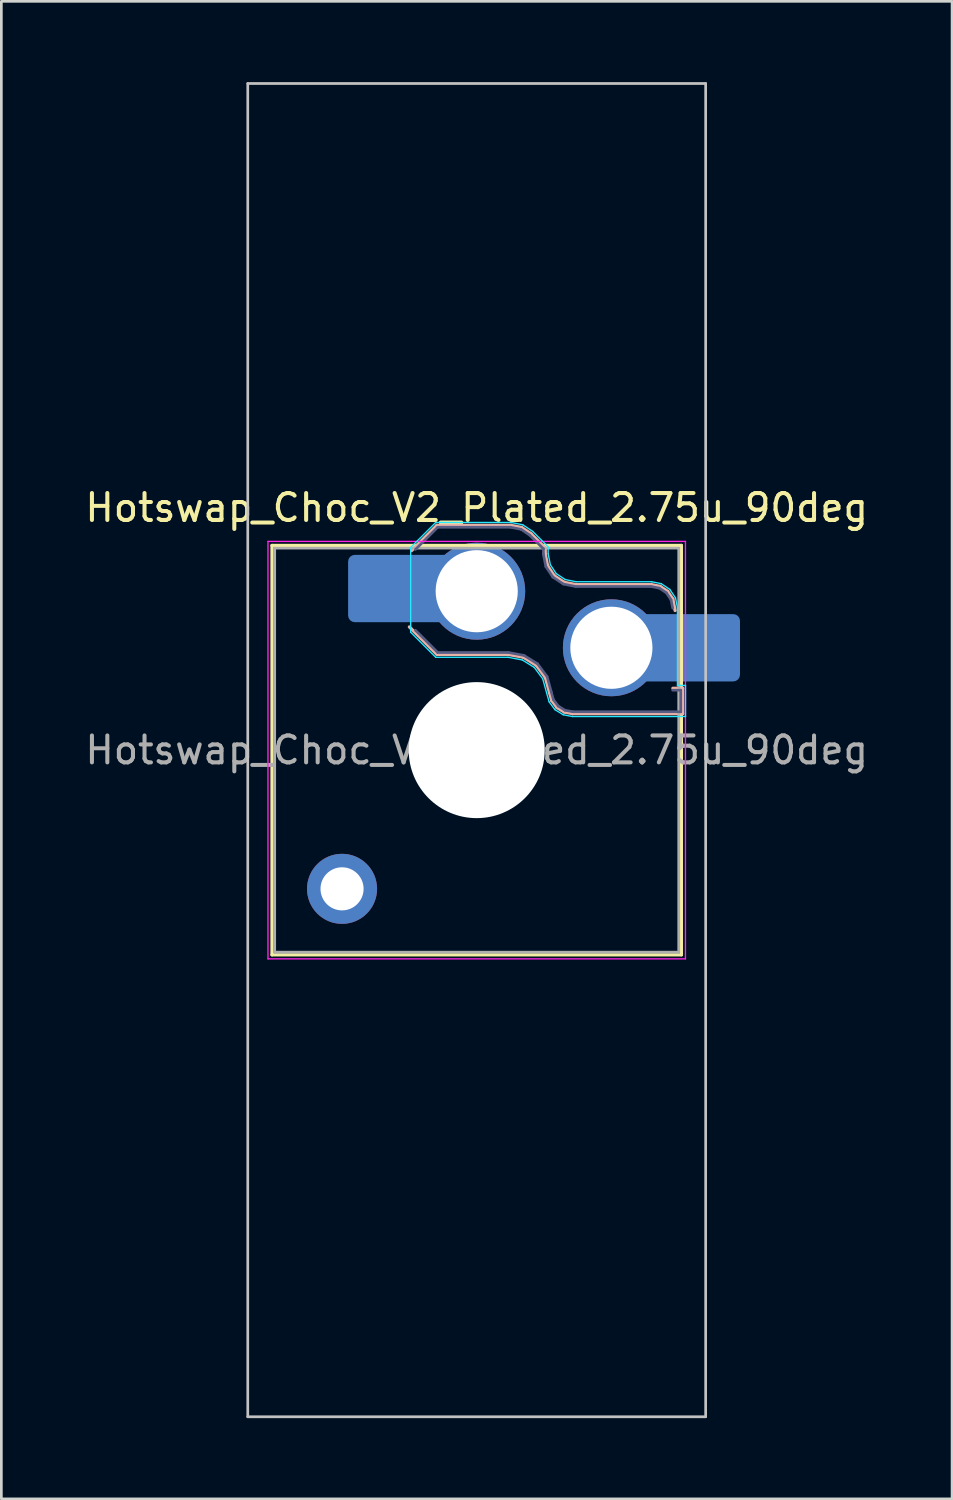
<source format=kicad_pcb>
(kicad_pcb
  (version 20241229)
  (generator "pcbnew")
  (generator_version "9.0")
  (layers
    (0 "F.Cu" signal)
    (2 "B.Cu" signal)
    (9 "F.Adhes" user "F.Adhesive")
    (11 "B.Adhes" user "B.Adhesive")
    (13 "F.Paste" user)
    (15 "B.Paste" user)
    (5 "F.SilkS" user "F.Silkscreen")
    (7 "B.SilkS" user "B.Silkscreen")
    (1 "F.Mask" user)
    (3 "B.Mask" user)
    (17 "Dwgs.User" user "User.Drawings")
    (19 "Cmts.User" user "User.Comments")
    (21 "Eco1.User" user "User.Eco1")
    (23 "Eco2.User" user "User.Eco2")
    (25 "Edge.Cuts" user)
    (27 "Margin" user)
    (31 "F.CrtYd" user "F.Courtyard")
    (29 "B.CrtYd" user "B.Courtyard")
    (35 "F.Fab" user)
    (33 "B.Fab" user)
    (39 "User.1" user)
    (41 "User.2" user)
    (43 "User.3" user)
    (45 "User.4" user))
  (footprint "Hotswap_Choc_V2_Plated_2.75u_90deg"
    (layer "F.Cu")
    (at 14.649 24.8)
    (property "Reference" "Hotswap_Choc_V2_Plated_2.75u_90deg" (at 0 -9 0) (layer "F.SilkS") (effects (font (size 1 1) (thickness 0.15))))
    (attr smd allow_soldermask_bridges)
    (fp_line (start -7.6 -7.6) (end -7.6 7.6) (stroke (width 0.12) (type solid)) (layer "F.SilkS"))
    (fp_line (start -7.6 7.6) (end 7.6 7.6) (stroke (width 0.12) (type solid)) (layer "F.SilkS"))
    (fp_line (start 7.6 -7.6) (end -7.6 -7.6) (stroke (width 0.12) (type solid)) (layer "F.SilkS"))
    (fp_line (start 7.6 7.6) (end 7.6 -7.6) (stroke (width 0.12) (type solid)) (layer "F.SilkS"))
    (fp_line (start -2.416 -7.409) (end -1.479 -8.346) (stroke (width 0.12) (type solid)) (layer "B.SilkS"))
    (fp_line (start -1.479 -8.346) (end 1.268 -8.346) (stroke (width 0.12) (type solid)) (layer "B.SilkS"))
    (fp_line (start -1.479 -3.554) (end -2.5 -4.575) (stroke (width 0.12) (type solid)) (layer "B.SilkS"))
    (fp_line (start 1.168 -3.554) (end -1.479 -3.554) (stroke (width 0.12) (type solid)) (layer "B.SilkS"))
    (fp_line (start 1.268 -8.346) (end 1.671 -8.266) (stroke (width 0.12) (type solid)) (layer "B.SilkS"))
    (fp_line (start 1.671 -8.266) (end 2.013 -8.037) (stroke (width 0.12) (type solid)) (layer "B.SilkS"))
    (fp_line (start 1.73 -3.449) (end 1.168 -3.554) (stroke (width 0.12) (type solid)) (layer "B.SilkS"))
    (fp_line (start 2.013 -8.037) (end 2.546 -7.504) (stroke (width 0.12) (type solid)) (layer "B.SilkS"))
    (fp_line (start 2.209 -3.15) (end 1.73 -3.449) (stroke (width 0.12) (type solid)) (layer "B.SilkS"))
    (fp_line (start 2.546 -7.504) (end 2.546 -7.282) (stroke (width 0.12) (type solid)) (layer "B.SilkS"))
    (fp_line (start 2.546 -7.282) (end 2.633 -6.844) (stroke (width 0.12) (type solid)) (layer "B.SilkS"))
    (fp_line (start 2.547 -2.697) (end 2.209 -3.15) (stroke (width 0.12) (type solid)) (layer "B.SilkS"))
    (fp_line (start 2.633 -6.844) (end 2.877 -6.477) (stroke (width 0.12) (type solid)) (layer "B.SilkS"))
    (fp_line (start 2.701 -2.139) (end 2.547 -2.697) (stroke (width 0.12) (type solid)) (layer "B.SilkS"))
    (fp_line (start 2.783 -1.841) (end 2.701 -2.139) (stroke (width 0.12) (type solid)) (layer "B.SilkS"))
    (fp_line (start 2.877 -6.477) (end 3.244 -6.233) (stroke (width 0.12) (type solid)) (layer "B.SilkS"))
    (fp_line (start 2.976 -1.583) (end 2.783 -1.841) (stroke (width 0.12) (type solid)) (layer "B.SilkS"))
    (fp_line (start 3.244 -6.233) (end 3.682 -6.146) (stroke (width 0.12) (type solid)) (layer "B.SilkS"))
    (fp_line (start 3.25 -1.413) (end 2.976 -1.583) (stroke (width 0.12) (type solid)) (layer "B.SilkS"))
    (fp_line (start 3.56 -1.354) (end 3.25 -1.413) (stroke (width 0.12) (type solid)) (layer "B.SilkS"))
    (fp_line (start 3.682 -6.146) (end 6.482 -6.146) (stroke (width 0.12) (type solid)) (layer "B.SilkS"))
    (fp_line (start 6.482 -6.146) (end 6.809 -6.081) (stroke (width 0.12) (type solid)) (layer "B.SilkS"))
    (fp_line (start 6.809 -6.081) (end 7.092 -5.892) (stroke (width 0.12) (type solid)) (layer "B.SilkS"))
    (fp_line (start 7.092 -5.892) (end 7.281 -5.609) (stroke (width 0.12) (type solid)) (layer "B.SilkS"))
    (fp_line (start 7.281 -5.609) (end 7.366 -5.182) (stroke (width 0.12) (type solid)) (layer "B.SilkS"))
    (fp_line (start 7.283 -2.296) (end 7.646 -2.296) (stroke (width 0.12) (type solid)) (layer "B.SilkS"))
    (fp_line (start 7.646 -2.296) (end 7.646 -1.354) (stroke (width 0.12) (type solid)) (layer "B.SilkS"))
    (fp_line (start 7.646 -1.354) (end 3.56 -1.354) (stroke (width 0.12) (type solid)) (layer "B.SilkS"))
    (fp_line (start -8.5 -24.75) (end 8.5 -24.75) (stroke (width 0.1) (type solid)) (layer "Dwgs.User"))
    (fp_line (start -8.5 24.75) (end -8.5 -24.75) (stroke (width 0.1) (type solid)) (layer "Dwgs.User"))
    (fp_line (start 8.5 -24.75) (end 8.5 24.75) (stroke (width 0.1) (type solid)) (layer "Dwgs.User"))
    (fp_line (start 8.5 24.75) (end -8.5 24.75) (stroke (width 0.1) (type solid)) (layer "Dwgs.User"))
    (fp_line (start -7.25 -7.25) (end -7.25 7.25) (stroke (width 0.1) (type solid)) (layer "Eco1.User"))
    (fp_line (start -7.25 7.25) (end 7.25 7.25) (stroke (width 0.1) (type solid)) (layer "Eco1.User"))
    (fp_line (start 7.25 -7.25) (end -7.25 -7.25) (stroke (width 0.1) (type solid)) (layer "Eco1.User"))
    (fp_line (start 7.25 7.25) (end 7.25 -7.25) (stroke (width 0.1) (type solid)) (layer "Eco1.User"))
    (fp_line (start -2.452 -7.523) (end -1.523 -8.452) (stroke (width 0.05) (type solid)) (layer "B.CrtYd"))
    (fp_line (start -2.452 -4.377) (end -2.452 -7.523) (stroke (width 0.05) (type solid)) (layer "B.CrtYd"))
    (fp_line (start -1.523 -8.452) (end 1.278 -8.452) (stroke (width 0.05) (type solid)) (layer "B.CrtYd"))
    (fp_line (start -1.523 -3.448) (end -2.452 -4.377) (stroke (width 0.05) (type solid)) (layer "B.CrtYd"))
    (fp_line (start 1.159 -3.448) (end -1.523 -3.448) (stroke (width 0.05) (type solid)) (layer "B.CrtYd"))
    (fp_line (start 1.278 -8.452) (end 1.712 -8.366) (stroke (width 0.05) (type solid)) (layer "B.CrtYd"))
    (fp_line (start 1.691 -3.348) (end 1.159 -3.448) (stroke (width 0.05) (type solid)) (layer "B.CrtYd"))
    (fp_line (start 1.712 -8.366) (end 2.081 -8.119) (stroke (width 0.05) (type solid)) (layer "B.CrtYd"))
    (fp_line (start 2.081 -8.119) (end 2.652 -7.548) (stroke (width 0.05) (type solid)) (layer "B.CrtYd"))
    (fp_line (start 2.136 -3.071) (end 1.691 -3.348) (stroke (width 0.05) (type solid)) (layer "B.CrtYd"))
    (fp_line (start 2.45 -2.65) (end 2.136 -3.071) (stroke (width 0.05) (type solid)) (layer "B.CrtYd"))
    (fp_line (start 2.599 -2.111) (end 2.45 -2.65) (stroke (width 0.05) (type solid)) (layer "B.CrtYd"))
    (fp_line (start 2.652 -7.548) (end 2.652 -7.292) (stroke (width 0.05) (type solid)) (layer "B.CrtYd"))
    (fp_line (start 2.652 -7.292) (end 2.733 -6.885) (stroke (width 0.05) (type solid)) (layer "B.CrtYd"))
    (fp_line (start 2.687 -1.794) (end 2.599 -2.111) (stroke (width 0.05) (type solid)) (layer "B.CrtYd"))
    (fp_line (start 2.733 -6.885) (end 2.953 -6.553) (stroke (width 0.05) (type solid)) (layer "B.CrtYd"))
    (fp_line (start 2.903 -1.503) (end 2.687 -1.794) (stroke (width 0.05) (type solid)) (layer "B.CrtYd"))
    (fp_line (start 2.953 -6.553) (end 3.285 -6.333) (stroke (width 0.05) (type solid)) (layer "B.CrtYd"))
    (fp_line (start 3.211 -1.312) (end 2.903 -1.503) (stroke (width 0.05) (type solid)) (layer "B.CrtYd"))
    (fp_line (start 3.285 -6.333) (end 3.692 -6.252) (stroke (width 0.05) (type solid)) (layer "B.CrtYd"))
    (fp_line (start 3.55 -1.248) (end 3.211 -1.312) (stroke (width 0.05) (type solid)) (layer "B.CrtYd"))
    (fp_line (start 3.692 -6.252) (end 6.492 -6.252) (stroke (width 0.05) (type solid)) (layer "B.CrtYd"))
    (fp_line (start 6.492 -6.252) (end 6.85 -6.181) (stroke (width 0.05) (type solid)) (layer "B.CrtYd"))
    (fp_line (start 6.85 -6.181) (end 7.168 -5.968) (stroke (width 0.05) (type solid)) (layer "B.CrtYd"))
    (fp_line (start 7.168 -5.968) (end 7.381 -5.65) (stroke (width 0.05) (type solid)) (layer "B.CrtYd"))
    (fp_line (start 7.381 -5.65) (end 7.452 -5.292) (stroke (width 0.05) (type solid)) (layer "B.CrtYd"))
    (fp_line (start 7.452 -5.292) (end 7.452 -2.402) (stroke (width 0.05) (type solid)) (layer "B.CrtYd"))
    (fp_line (start 7.452 -2.402) (end 7.752 -2.402) (stroke (width 0.05) (type solid)) (layer "B.CrtYd"))
    (fp_line (start 7.752 -2.402) (end 7.752 -1.248) (stroke (width 0.05) (type solid)) (layer "B.CrtYd"))
    (fp_line (start 7.752 -1.248) (end 3.55 -1.248) (stroke (width 0.05) (type solid)) (layer "B.CrtYd"))
    (fp_line (start -7.75 -7.75) (end -7.75 7.75) (stroke (width 0.05) (type solid)) (layer "F.CrtYd"))
    (fp_line (start -7.75 7.75) (end 7.75 7.75) (stroke (width 0.05) (type solid)) (layer "F.CrtYd"))
    (fp_line (start 7.75 -7.75) (end -7.75 -7.75) (stroke (width 0.05) (type solid)) (layer "F.CrtYd"))
    (fp_line (start 7.75 7.75) (end 7.75 -7.75) (stroke (width 0.05) (type solid)) (layer "F.CrtYd"))
    (fp_line (start -2.275 -7.45) (end -1.45 -8.275) (stroke (width 0.1) (type solid)) (layer "B.Fab"))
    (fp_line (start -1.45 -8.275) (end 1.261 -8.275) (stroke (width 0.1) (type solid)) (layer "B.Fab"))
    (fp_line (start -1.45 -3.625) (end -2.275 -4.45) (stroke (width 0.1) (type solid)) (layer "B.Fab"))
    (fp_line (start 1.175 -3.625) (end -1.45 -3.625) (stroke (width 0.1) (type solid)) (layer "B.Fab"))
    (fp_line (start 1.261 -8.275) (end 1.643 -8.199) (stroke (width 0.1) (type solid)) (layer "B.Fab"))
    (fp_line (start 1.643 -8.199) (end 1.968 -7.982) (stroke (width 0.1) (type solid)) (layer "B.Fab"))
    (fp_line (start 1.756 -3.516) (end 1.175 -3.625) (stroke (width 0.1) (type solid)) (layer "B.Fab"))
    (fp_line (start 1.968 -7.982) (end 2.475 -7.475) (stroke (width 0.1) (type solid)) (layer "B.Fab"))
    (fp_line (start 2.258 -3.203) (end 1.756 -3.516) (stroke (width 0.1) (type solid)) (layer "B.Fab"))
    (fp_line (start 2.475 -7.475) (end 2.475 -7.275) (stroke (width 0.1) (type solid)) (layer "B.Fab"))
    (fp_line (start 2.475 -7.275) (end 2.566 -6.816) (stroke (width 0.1) (type solid)) (layer "B.Fab"))
    (fp_line (start 2.566 -6.816) (end 2.826 -6.426) (stroke (width 0.1) (type solid)) (layer "B.Fab"))
    (fp_line (start 2.612 -2.729) (end 2.258 -3.203) (stroke (width 0.1) (type solid)) (layer "B.Fab"))
    (fp_line (start 2.769 -2.158) (end 2.612 -2.729) (stroke (width 0.1) (type solid)) (layer "B.Fab"))
    (fp_line (start 2.826 -6.426) (end 3.216 -6.166) (stroke (width 0.1) (type solid)) (layer "B.Fab"))
    (fp_line (start 2.848 -1.873) (end 2.769 -2.158) (stroke (width 0.1) (type solid)) (layer "B.Fab"))
    (fp_line (start 3.025 -1.636) (end 2.848 -1.873) (stroke (width 0.1) (type solid)) (layer "B.Fab"))
    (fp_line (start 3.216 -6.166) (end 3.675 -6.075) (stroke (width 0.1) (type solid)) (layer "B.Fab"))
    (fp_line (start 3.276 -1.48) (end 3.025 -1.636) (stroke (width 0.1) (type solid)) (layer "B.Fab"))
    (fp_line (start 3.567 -1.425) (end 3.276 -1.48) (stroke (width 0.1) (type solid)) (layer "B.Fab"))
    (fp_line (start 3.675 -6.075) (end 6.475 -6.075) (stroke (width 0.1) (type solid)) (layer "B.Fab"))
    (fp_line (start 6.475 -6.075) (end 6.781 -6.014) (stroke (width 0.1) (type solid)) (layer "B.Fab"))
    (fp_line (start 6.781 -6.014) (end 7.041 -5.841) (stroke (width 0.1) (type solid)) (layer "B.Fab"))
    (fp_line (start 7.041 -5.841) (end 7.214 -5.581) (stroke (width 0.1) (type solid)) (layer "B.Fab"))
    (fp_line (start 7.214 -5.581) (end 7.275 -5.275) (stroke (width 0.1) (type solid)) (layer "B.Fab"))
    (fp_line (start 7.275 -2.225) (end 7.575 -2.225) (stroke (width 0.1) (type solid)) (layer "B.Fab"))
    (fp_line (start 7.575 -2.225) (end 7.575 -1.425) (stroke (width 0.1) (type solid)) (layer "B.Fab"))
    (fp_line (start 7.575 -1.425) (end 3.567 -1.425) (stroke (width 0.1) (type solid)) (layer "B.Fab"))
    (fp_line (start -7.5 -7.5) (end -7.5 7.5) (stroke (width 0.1) (type solid)) (layer "F.Fab"))
    (fp_line (start -7.5 7.5) (end 7.5 7.5) (stroke (width 0.1) (type solid)) (layer "F.Fab"))
    (fp_line (start 7.5 -7.5) (end -7.5 -7.5) (stroke (width 0.1) (type solid)) (layer "F.Fab"))
    (fp_line (start 7.5 7.5) (end 7.5 -7.5) (stroke (width 0.1) (type solid)) (layer "F.Fab"))
    (fp_text user "${REFERENCE}" (at 0 0 0) (layer "F.Fab") (effects (font (size 1 1) (thickness 0.15))))
    (pad "" thru_hole circle (at -5 5.15) (size 2.6 2.6) (drill 1.6) (layers "*.Cu" "*.Mask"))
    (pad "" smd roundrect (at -3.5 -6) (size 2.55 2.5) (layers "B.Mask" "B.Paste") (roundrect_rratio 0.1))
    (pad "" np_thru_hole circle (at 0 0) (size 5.05 5.05) (drill 5.05) (layers "*.Cu" "*.Mask"))
    (pad "" smd roundrect (at 8.5 -3.8) (size 2.55 2.5) (layers "B.Mask" "B.Paste") (roundrect_rratio 0.1))
    (pad "1" smd roundrect (at -2.85 -6) (size 3.85 2.5) (layers "B.Cu") (roundrect_rratio 0.1))
    (pad "1" thru_hole circle (at 0 -5.9) (size 3.6 3.6) (drill 3.05) (layers "*.Cu" "*.Mask"))
    (pad "2" thru_hole circle (at 5 -3.8) (size 3.6 3.6) (drill 3.05) (layers "*.Cu" "*.Mask"))
    (pad "2" smd roundrect (at 7.85 -3.8) (size 3.85 2.5) (layers "B.Cu") (roundrect_rratio 0.1)))
  (gr_rect
    (start -3 -3)
    (end 32.298 52.6)
    (stroke (width 0.1) (type default))
    (fill no)
    (layer "Edge.Cuts")))
</source>
